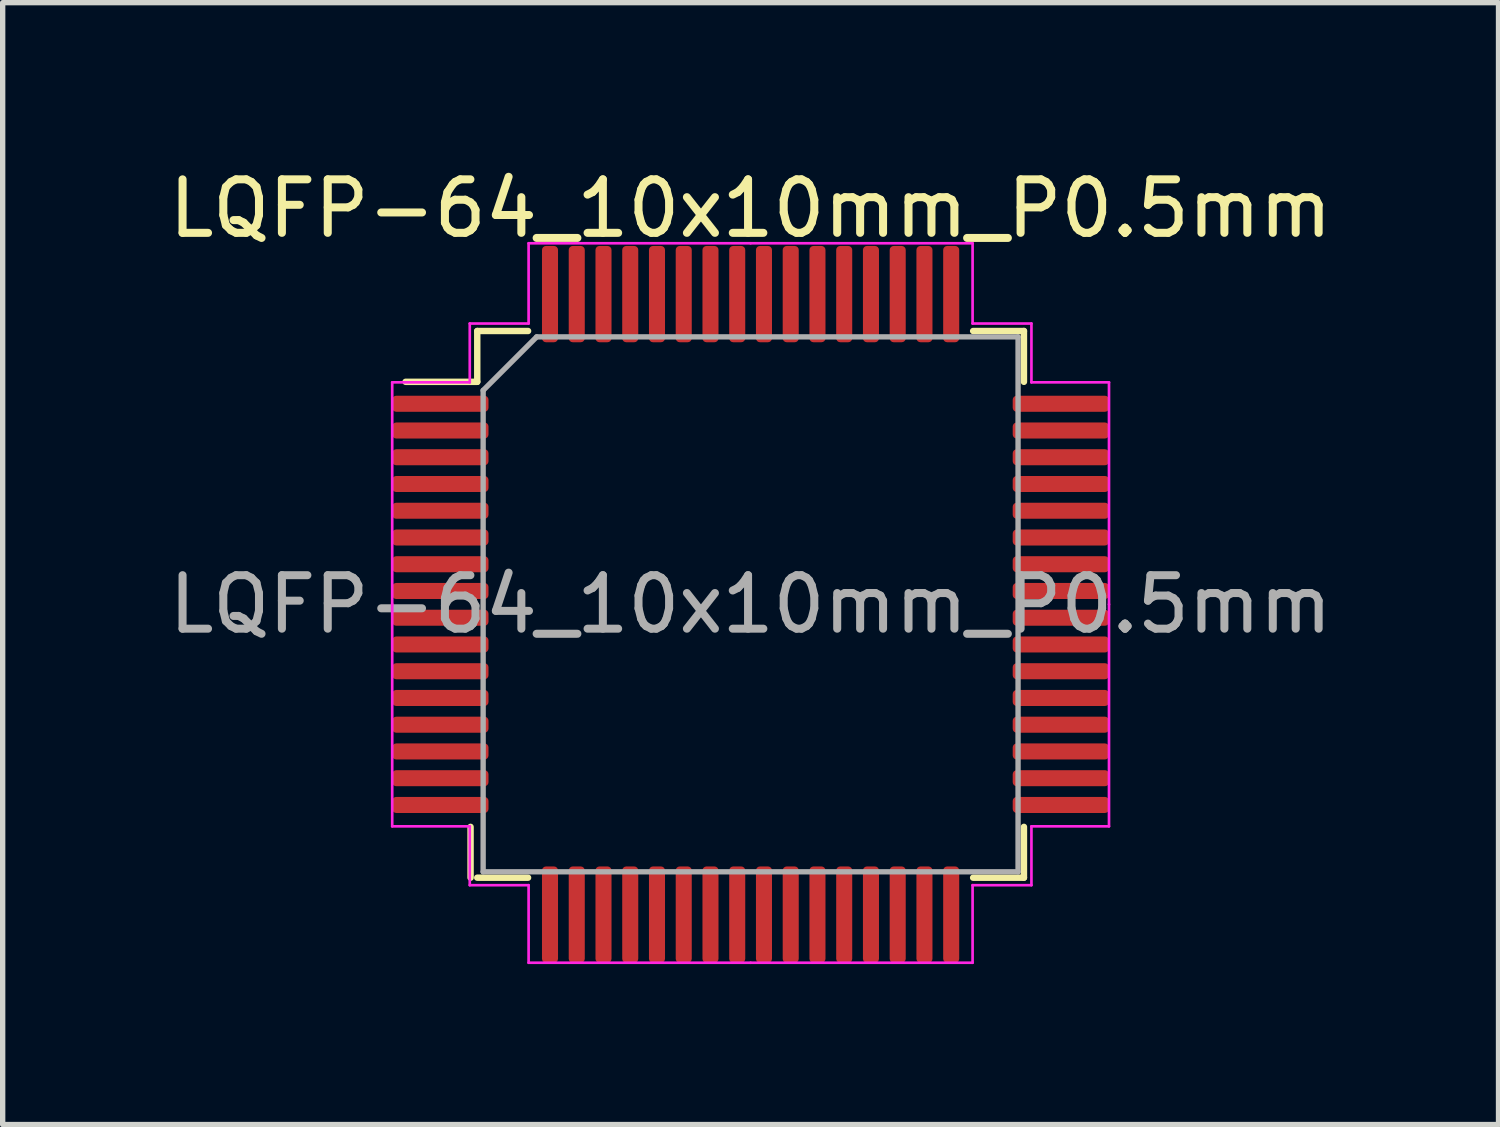
<source format=kicad_pcb>
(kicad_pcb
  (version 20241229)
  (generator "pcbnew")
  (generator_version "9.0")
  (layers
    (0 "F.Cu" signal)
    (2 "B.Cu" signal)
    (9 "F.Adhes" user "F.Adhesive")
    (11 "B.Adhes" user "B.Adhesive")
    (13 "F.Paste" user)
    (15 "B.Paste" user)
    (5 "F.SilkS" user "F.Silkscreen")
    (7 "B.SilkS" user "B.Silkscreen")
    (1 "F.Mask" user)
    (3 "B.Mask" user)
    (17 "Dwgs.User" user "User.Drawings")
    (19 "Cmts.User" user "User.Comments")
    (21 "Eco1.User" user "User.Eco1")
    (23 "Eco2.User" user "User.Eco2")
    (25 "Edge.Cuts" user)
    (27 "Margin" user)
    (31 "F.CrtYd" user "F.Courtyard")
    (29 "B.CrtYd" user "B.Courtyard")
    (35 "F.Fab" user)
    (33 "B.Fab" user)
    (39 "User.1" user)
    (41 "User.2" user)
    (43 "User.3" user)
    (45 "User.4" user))
  (footprint "LQFP-64_10x10mm_P0.5mm"
    (layer "F.Cu")
    (at 10.982 8.248)
    (property "Reference" "LQFP-64_10x10mm_P0.5mm" (at 0 -7.4 0) (layer "F.SilkS") (effects (font (size 1 1) (thickness 0.15))))
    (attr smd)
    (fp_line (start -5.235 5.11) (end -5.235 4.16) (stroke (width 0.12) (type solid)) (layer "F.SilkS"))
    (fp_line (start -5.11 -5.11) (end -5.11 -4.16) (stroke (width 0.12) (type solid)) (layer "F.SilkS"))
    (fp_line (start -5.11 -4.16) (end -6.45 -4.16) (stroke (width 0.12) (type solid)) (layer "F.SilkS"))
    (fp_line (start -4.16 -5.11) (end -5.11 -5.11) (stroke (width 0.12) (type solid)) (layer "F.SilkS"))
    (fp_line (start -4.16 5.11) (end -5.11 5.11) (stroke (width 0.12) (type solid)) (layer "F.SilkS"))
    (fp_line (start 4.16 -5.11) (end 5.11 -5.11) (stroke (width 0.12) (type solid)) (layer "F.SilkS"))
    (fp_line (start 4.16 5.11) (end 5.11 5.11) (stroke (width 0.12) (type solid)) (layer "F.SilkS"))
    (fp_line (start 5.11 -5.11) (end 5.11 -4.16) (stroke (width 0.12) (type solid)) (layer "F.SilkS"))
    (fp_line (start 5.11 5.11) (end 5.11 4.16) (stroke (width 0.12) (type solid)) (layer "F.SilkS"))
    (fp_line (start -6.7 -4.15) (end -6.7 0) (stroke (width 0.05) (type solid)) (layer "F.CrtYd"))
    (fp_line (start -6.7 4.15) (end -6.7 0) (stroke (width 0.05) (type solid)) (layer "F.CrtYd"))
    (fp_line (start -5.25 -5.25) (end -5.25 -4.15) (stroke (width 0.05) (type solid)) (layer "F.CrtYd"))
    (fp_line (start -5.25 -4.15) (end -6.7 -4.15) (stroke (width 0.05) (type solid)) (layer "F.CrtYd"))
    (fp_line (start -5.25 4.15) (end -6.7 4.15) (stroke (width 0.05) (type solid)) (layer "F.CrtYd"))
    (fp_line (start -5.25 5.25) (end -5.25 4.15) (stroke (width 0.05) (type solid)) (layer "F.CrtYd"))
    (fp_line (start -4.15 -6.75) (end -4.15 -5.25) (stroke (width 0.05) (type solid)) (layer "F.CrtYd"))
    (fp_line (start -4.15 -5.25) (end -5.25 -5.25) (stroke (width 0.05) (type solid)) (layer "F.CrtYd"))
    (fp_line (start -4.15 5.25) (end -5.25 5.25) (stroke (width 0.05) (type solid)) (layer "F.CrtYd"))
    (fp_line (start -4.15 6.7) (end -4.15 5.25) (stroke (width 0.05) (type solid)) (layer "F.CrtYd"))
    (fp_line (start 0 -6.75) (end -4.15 -6.75) (stroke (width 0.05) (type solid)) (layer "F.CrtYd"))
    (fp_line (start 0 -6.75) (end 4.15 -6.75) (stroke (width 0.05) (type solid)) (layer "F.CrtYd"))
    (fp_line (start 0 6.7) (end -4.15 6.7) (stroke (width 0.05) (type solid)) (layer "F.CrtYd"))
    (fp_line (start 0 6.7) (end 4.15 6.7) (stroke (width 0.05) (type solid)) (layer "F.CrtYd"))
    (fp_line (start 4.15 -6.75) (end 4.15 -5.25) (stroke (width 0.05) (type solid)) (layer "F.CrtYd"))
    (fp_line (start 4.15 -5.25) (end 5.25 -5.25) (stroke (width 0.05) (type solid)) (layer "F.CrtYd"))
    (fp_line (start 4.15 5.25) (end 5.25 5.25) (stroke (width 0.05) (type solid)) (layer "F.CrtYd"))
    (fp_line (start 4.15 6.7) (end 4.15 5.25) (stroke (width 0.05) (type solid)) (layer "F.CrtYd"))
    (fp_line (start 5.25 -5.25) (end 5.25 -4.15) (stroke (width 0.05) (type solid)) (layer "F.CrtYd"))
    (fp_line (start 5.25 -4.15) (end 6.7 -4.15) (stroke (width 0.05) (type solid)) (layer "F.CrtYd"))
    (fp_line (start 5.25 4.15) (end 6.7 4.15) (stroke (width 0.05) (type solid)) (layer "F.CrtYd"))
    (fp_line (start 5.25 5.25) (end 5.25 4.15) (stroke (width 0.05) (type solid)) (layer "F.CrtYd"))
    (fp_line (start 6.7 -4.15) (end 6.7 0) (stroke (width 0.05) (type solid)) (layer "F.CrtYd"))
    (fp_line (start 6.7 4.15) (end 6.7 0) (stroke (width 0.05) (type solid)) (layer "F.CrtYd"))
    (fp_line (start -5 -4) (end -4 -5) (stroke (width 0.1) (type solid)) (layer "F.Fab"))
    (fp_line (start -5 5) (end -5 -4) (stroke (width 0.1) (type solid)) (layer "F.Fab"))
    (fp_line (start -4 -5) (end 5 -5) (stroke (width 0.1) (type solid)) (layer "F.Fab"))
    (fp_line (start 5 -5) (end 5 5) (stroke (width 0.1) (type solid)) (layer "F.Fab"))
    (fp_line (start 5 5) (end -5 5) (stroke (width 0.1) (type solid)) (layer "F.Fab"))
    (fp_text user "${REFERENCE}" (at 0 0 0) (layer "F.Fab") (effects (font (size 1 1) (thickness 0.15))))
    (pad "1" smd roundrect (at -5.8 -3.75) (size 1.8 0.3) (layers "F.Cu" "F.Mask" "F.Paste") (roundrect_rratio 0.25))
    (pad "2" smd roundrect (at -5.8 -3.25) (size 1.8 0.3) (layers "F.Cu" "F.Mask" "F.Paste") (roundrect_rratio 0.25))
    (pad "3" smd roundrect (at -5.8 -2.75) (size 1.8 0.3) (layers "F.Cu" "F.Mask" "F.Paste") (roundrect_rratio 0.25))
    (pad "4" smd roundrect (at -5.8 -2.25) (size 1.8 0.3) (layers "F.Cu" "F.Mask" "F.Paste") (roundrect_rratio 0.25))
    (pad "5" smd roundrect (at -5.8 -1.75) (size 1.8 0.3) (layers "F.Cu" "F.Mask" "F.Paste") (roundrect_rratio 0.25))
    (pad "6" smd roundrect (at -5.8 -1.25) (size 1.8 0.3) (layers "F.Cu" "F.Mask" "F.Paste") (roundrect_rratio 0.25))
    (pad "7" smd roundrect (at -5.8 -0.75) (size 1.8 0.3) (layers "F.Cu" "F.Mask" "F.Paste") (roundrect_rratio 0.25))
    (pad "8" smd roundrect (at -5.8 -0.25) (size 1.8 0.3) (layers "F.Cu" "F.Mask" "F.Paste") (roundrect_rratio 0.25))
    (pad "9" smd roundrect (at -5.8 0.25) (size 1.8 0.3) (layers "F.Cu" "F.Mask" "F.Paste") (roundrect_rratio 0.25))
    (pad "10" smd roundrect (at -5.8 0.75) (size 1.8 0.3) (layers "F.Cu" "F.Mask" "F.Paste") (roundrect_rratio 0.25))
    (pad "11" smd roundrect (at -5.8 1.25) (size 1.8 0.3) (layers "F.Cu" "F.Mask" "F.Paste") (roundrect_rratio 0.25))
    (pad "12" smd roundrect (at -5.8 1.75) (size 1.8 0.3) (layers "F.Cu" "F.Mask" "F.Paste") (roundrect_rratio 0.25))
    (pad "13" smd roundrect (at -5.8 2.25) (size 1.8 0.3) (layers "F.Cu" "F.Mask" "F.Paste") (roundrect_rratio 0.25))
    (pad "14" smd roundrect (at -5.8 2.75) (size 1.8 0.3) (layers "F.Cu" "F.Mask" "F.Paste") (roundrect_rratio 0.25))
    (pad "15" smd roundrect (at -5.8 3.25) (size 1.8 0.3) (layers "F.Cu" "F.Mask" "F.Paste") (roundrect_rratio 0.25))
    (pad "16" smd roundrect (at -5.8 3.75) (size 1.8 0.3) (layers "F.Cu" "F.Mask" "F.Paste") (roundrect_rratio 0.25))
    (pad "17" smd roundrect (at -3.75 5.8) (size 0.3 1.8) (layers "F.Cu" "F.Mask" "F.Paste") (roundrect_rratio 0.25))
    (pad "18" smd roundrect (at -3.25 5.8) (size 0.3 1.8) (layers "F.Cu" "F.Mask" "F.Paste") (roundrect_rratio 0.25))
    (pad "19" smd roundrect (at -2.75 5.8) (size 0.3 1.8) (layers "F.Cu" "F.Mask" "F.Paste") (roundrect_rratio 0.25))
    (pad "20" smd roundrect (at -2.25 5.8) (size 0.3 1.8) (layers "F.Cu" "F.Mask" "F.Paste") (roundrect_rratio 0.25))
    (pad "21" smd roundrect (at -1.75 5.8) (size 0.3 1.8) (layers "F.Cu" "F.Mask" "F.Paste") (roundrect_rratio 0.25))
    (pad "22" smd roundrect (at -1.25 5.8) (size 0.3 1.8) (layers "F.Cu" "F.Mask" "F.Paste") (roundrect_rratio 0.25))
    (pad "23" smd roundrect (at -0.75 5.8) (size 0.3 1.8) (layers "F.Cu" "F.Mask" "F.Paste") (roundrect_rratio 0.25))
    (pad "24" smd roundrect (at -0.25 5.8) (size 0.3 1.8) (layers "F.Cu" "F.Mask" "F.Paste") (roundrect_rratio 0.25))
    (pad "25" smd roundrect (at 0.25 5.8) (size 0.3 1.8) (layers "F.Cu" "F.Mask" "F.Paste") (roundrect_rratio 0.25))
    (pad "26" smd roundrect (at 0.75 5.8) (size 0.3 1.8) (layers "F.Cu" "F.Mask" "F.Paste") (roundrect_rratio 0.25))
    (pad "27" smd roundrect (at 1.25 5.8) (size 0.3 1.8) (layers "F.Cu" "F.Mask" "F.Paste") (roundrect_rratio 0.25))
    (pad "28" smd roundrect (at 1.75 5.8) (size 0.3 1.8) (layers "F.Cu" "F.Mask" "F.Paste") (roundrect_rratio 0.25))
    (pad "29" smd roundrect (at 2.25 5.8) (size 0.3 1.8) (layers "F.Cu" "F.Mask" "F.Paste") (roundrect_rratio 0.25))
    (pad "30" smd roundrect (at 2.75 5.8) (size 0.3 1.8) (layers "F.Cu" "F.Mask" "F.Paste") (roundrect_rratio 0.25))
    (pad "31" smd roundrect (at 3.25 5.8) (size 0.3 1.8) (layers "F.Cu" "F.Mask" "F.Paste") (roundrect_rratio 0.25))
    (pad "32" smd roundrect (at 3.75 5.8) (size 0.3 1.8) (layers "F.Cu" "F.Mask" "F.Paste") (roundrect_rratio 0.25))
    (pad "33" smd roundrect (at 5.8 3.75) (size 1.8 0.3) (layers "F.Cu" "F.Mask" "F.Paste") (roundrect_rratio 0.25))
    (pad "34" smd roundrect (at 5.8 3.25) (size 1.8 0.3) (layers "F.Cu" "F.Mask" "F.Paste") (roundrect_rratio 0.25))
    (pad "35" smd roundrect (at 5.8 2.75) (size 1.8 0.3) (layers "F.Cu" "F.Mask" "F.Paste") (roundrect_rratio 0.25))
    (pad "36" smd roundrect (at 5.8 2.25) (size 1.8 0.3) (layers "F.Cu" "F.Mask" "F.Paste") (roundrect_rratio 0.25))
    (pad "37" smd roundrect (at 5.8 1.75) (size 1.8 0.3) (layers "F.Cu" "F.Mask" "F.Paste") (roundrect_rratio 0.25))
    (pad "38" smd roundrect (at 5.8 1.25) (size 1.8 0.3) (layers "F.Cu" "F.Mask" "F.Paste") (roundrect_rratio 0.25))
    (pad "39" smd roundrect (at 5.8 0.75) (size 1.8 0.3) (layers "F.Cu" "F.Mask" "F.Paste") (roundrect_rratio 0.25))
    (pad "40" smd roundrect (at 5.8 0.25) (size 1.8 0.3) (layers "F.Cu" "F.Mask" "F.Paste") (roundrect_rratio 0.25))
    (pad "41" smd roundrect (at 5.8 -0.25) (size 1.8 0.3) (layers "F.Cu" "F.Mask" "F.Paste") (roundrect_rratio 0.25))
    (pad "42" smd roundrect (at 5.8 -0.75) (size 1.8 0.3) (layers "F.Cu" "F.Mask" "F.Paste") (roundrect_rratio 0.25))
    (pad "43" smd roundrect (at 5.8 -1.25) (size 1.8 0.3) (layers "F.Cu" "F.Mask" "F.Paste") (roundrect_rratio 0.25))
    (pad "44" smd roundrect (at 5.8 -1.75) (size 1.8 0.3) (layers "F.Cu" "F.Mask" "F.Paste") (roundrect_rratio 0.25))
    (pad "45" smd roundrect (at 5.8 -2.25) (size 1.8 0.3) (layers "F.Cu" "F.Mask" "F.Paste") (roundrect_rratio 0.25))
    (pad "46" smd roundrect (at 5.8 -2.75) (size 1.8 0.3) (layers "F.Cu" "F.Mask" "F.Paste") (roundrect_rratio 0.25))
    (pad "47" smd roundrect (at 5.8 -3.25) (size 1.8 0.3) (layers "F.Cu" "F.Mask" "F.Paste") (roundrect_rratio 0.25))
    (pad "48" smd roundrect (at 5.8 -3.75) (size 1.8 0.3) (layers "F.Cu" "F.Mask" "F.Paste") (roundrect_rratio 0.25))
    (pad "49" smd roundrect (at 3.75 -5.8) (size 0.3 1.8) (layers "F.Cu" "F.Mask" "F.Paste") (roundrect_rratio 0.25))
    (pad "50" smd roundrect (at 3.25 -5.8) (size 0.3 1.8) (layers "F.Cu" "F.Mask" "F.Paste") (roundrect_rratio 0.25))
    (pad "51" smd roundrect (at 2.75 -5.8) (size 0.3 1.8) (layers "F.Cu" "F.Mask" "F.Paste") (roundrect_rratio 0.25))
    (pad "52" smd roundrect (at 2.25 -5.8) (size 0.3 1.8) (layers "F.Cu" "F.Mask" "F.Paste") (roundrect_rratio 0.25))
    (pad "53" smd roundrect (at 1.75 -5.8) (size 0.3 1.8) (layers "F.Cu" "F.Mask" "F.Paste") (roundrect_rratio 0.25))
    (pad "54" smd roundrect (at 1.25 -5.8) (size 0.3 1.8) (layers "F.Cu" "F.Mask" "F.Paste") (roundrect_rratio 0.25))
    (pad "55" smd roundrect (at 0.75 -5.8) (size 0.3 1.8) (layers "F.Cu" "F.Mask" "F.Paste") (roundrect_rratio 0.25))
    (pad "56" smd roundrect (at 0.25 -5.8) (size 0.3 1.8) (layers "F.Cu" "F.Mask" "F.Paste") (roundrect_rratio 0.25))
    (pad "57" smd roundrect (at -0.25 -5.8) (size 0.3 1.8) (layers "F.Cu" "F.Mask" "F.Paste") (roundrect_rratio 0.25))
    (pad "58" smd roundrect (at -0.75 -5.8) (size 0.3 1.8) (layers "F.Cu" "F.Mask" "F.Paste") (roundrect_rratio 0.25))
    (pad "59" smd roundrect (at -1.25 -5.8) (size 0.3 1.8) (layers "F.Cu" "F.Mask" "F.Paste") (roundrect_rratio 0.25))
    (pad "60" smd roundrect (at -1.75 -5.8) (size 0.3 1.8) (layers "F.Cu" "F.Mask" "F.Paste") (roundrect_rratio 0.25))
    (pad "61" smd roundrect (at -2.25 -5.8) (size 0.3 1.8) (layers "F.Cu" "F.Mask" "F.Paste") (roundrect_rratio 0.25))
    (pad "62" smd roundrect (at -2.75 -5.8) (size 0.3 1.8) (layers "F.Cu" "F.Mask" "F.Paste") (roundrect_rratio 0.25))
    (pad "63" smd roundrect (at -3.25 -5.8) (size 0.3 1.8) (layers "F.Cu" "F.Mask" "F.Paste") (roundrect_rratio 0.25))
    (pad "64" smd roundrect (at -3.75 -5.8) (size 0.3 1.8) (layers "F.Cu" "F.Mask" "F.Paste") (roundrect_rratio 0.25)))
  (gr_rect
    (start -3 -3)
    (end 24.964 17.973)
    (stroke (width 0.1) (type default))
    (fill no)
    (layer "Edge.Cuts")))
</source>
